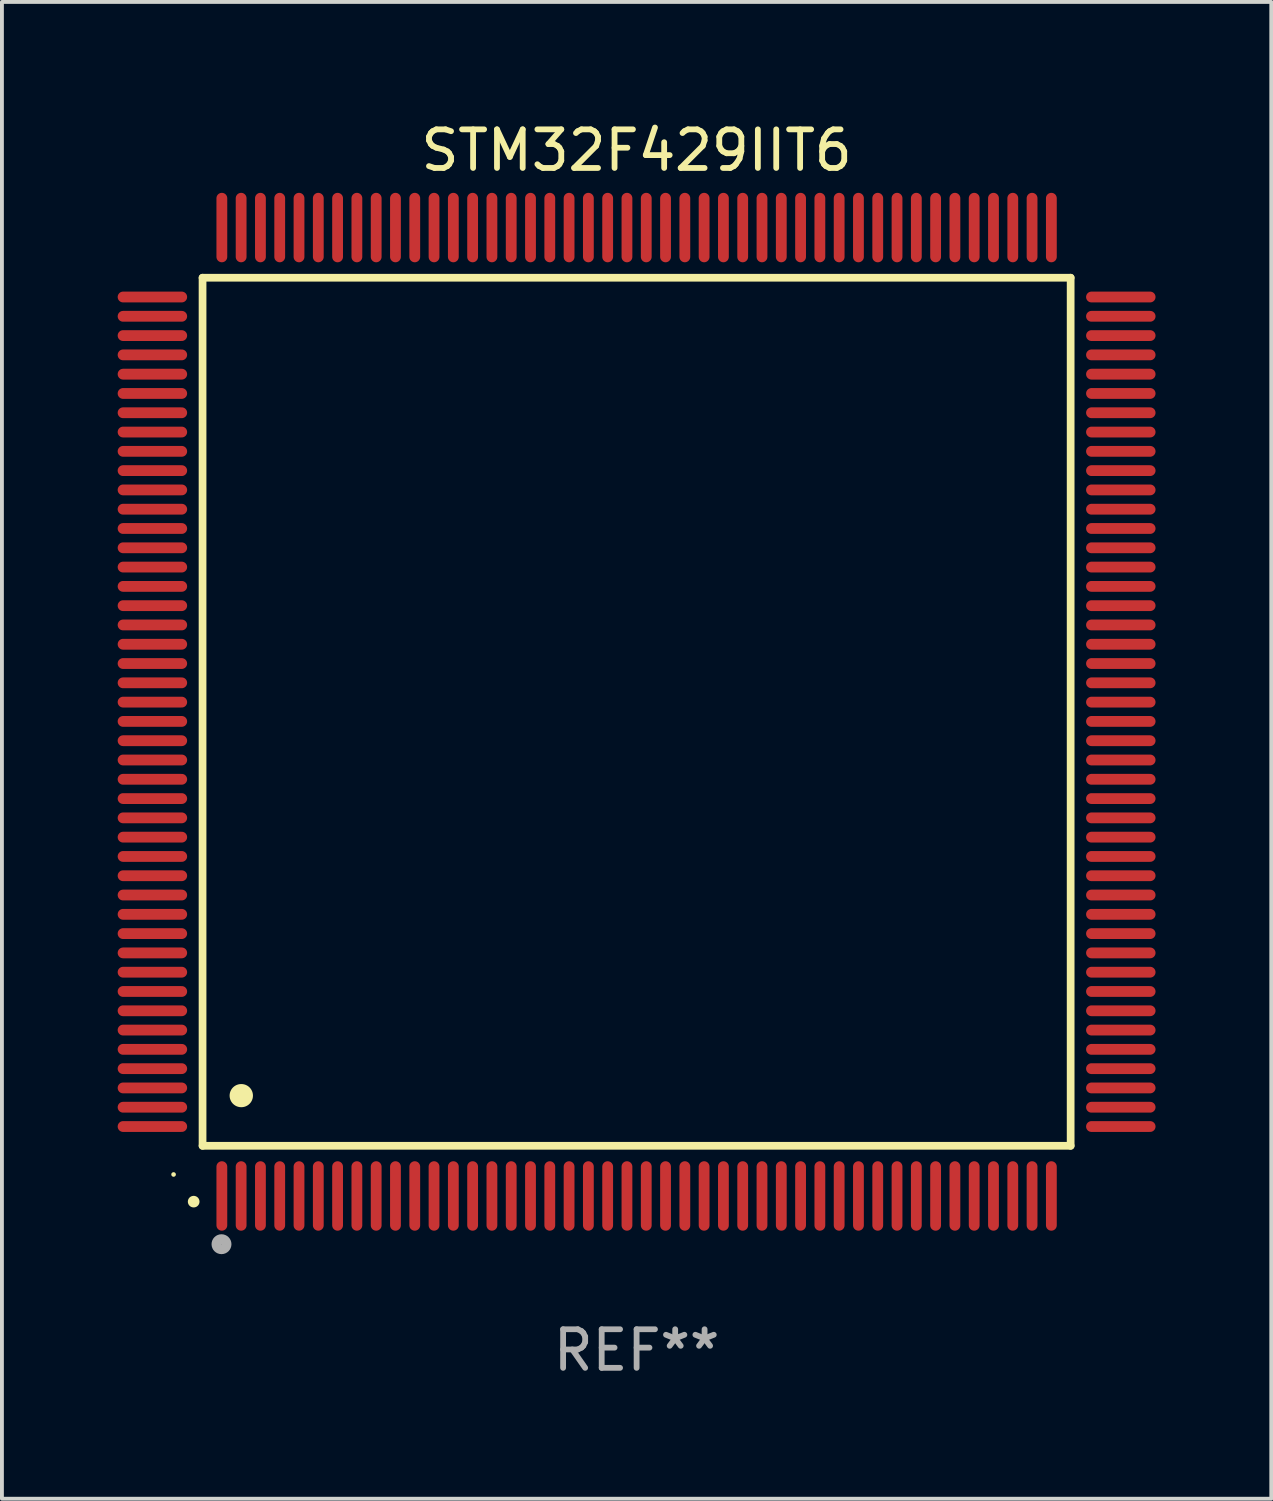
<source format=kicad_pcb>
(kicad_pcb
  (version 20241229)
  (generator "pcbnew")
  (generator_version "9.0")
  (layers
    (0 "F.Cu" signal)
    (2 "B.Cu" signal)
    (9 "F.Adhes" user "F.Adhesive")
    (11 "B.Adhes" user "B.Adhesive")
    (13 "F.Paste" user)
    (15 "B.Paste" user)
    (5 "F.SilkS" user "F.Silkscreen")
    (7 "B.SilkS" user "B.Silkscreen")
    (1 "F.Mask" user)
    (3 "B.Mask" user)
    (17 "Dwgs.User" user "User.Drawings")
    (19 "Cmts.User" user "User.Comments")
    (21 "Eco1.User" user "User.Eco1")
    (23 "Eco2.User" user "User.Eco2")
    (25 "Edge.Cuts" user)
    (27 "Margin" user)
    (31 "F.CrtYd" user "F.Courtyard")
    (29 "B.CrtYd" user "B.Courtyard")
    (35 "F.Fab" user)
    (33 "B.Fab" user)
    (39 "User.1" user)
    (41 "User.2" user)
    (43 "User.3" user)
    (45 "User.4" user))
  (footprint "STM32F429IIT6"
    (layer "F.Cu")
    (at 13.45 15.398)
    (property "Reference" "STM32F429IIT6" (at 0 -14.55 0) (layer "F.SilkS") (effects (font (size 1 1) (thickness 0.15))))
    (attr through_hole)
    (fp_line (start -11.25 -11.25) (end 11.25 -11.25) (stroke (width 0.2) (type solid)) (layer "F.SilkS"))
    (fp_line (start -11.25 11.25) (end -11.25 -11.25) (stroke (width 0.2) (type solid)) (layer "F.SilkS"))
    (fp_line (start 11.25 -11.25) (end 11.25 11.25) (stroke (width 0.2) (type solid)) (layer "F.SilkS"))
    (fp_line (start 11.25 11.25) (end -11.25 11.25) (stroke (width 0.2) (type solid)) (layer "F.SilkS"))
    (fp_arc (start -11.481382 12.697206) (mid -11.480112 12.697201) (end -11.478842 12.697206) (stroke (width 0.3) (type solid)) (layer "F.SilkS"))
    (fp_arc (start -10.24892 9.9492) (mid -10.24638 9.949189) (end -10.24384 9.9492) (stroke (width 0.6) (type solid)) (layer "F.SilkS"))
    (fp_circle (center -12.001 11.993) (end -11.971 11.993) (stroke (width 0.06) (type solid)) (fill no) (layer "F.SilkS"))
    (fp_circle (center -10.759 13.8) (end -10.628 13.8) (stroke (width 0.254) (type solid)) (fill no) (layer "F.Fab"))
    (fp_text user "REF**" (at 0 16.55 0) (layer "F.Fab") (effects (font (size 1 1) (thickness 0.15))))
    (pad "1" smd oval (at -10.75 12.55 180) (size 0.28 1.8) (layers "F.Cu" "F.Mask" "F.Paste"))
    (pad "2" smd oval (at -10.25 12.55 180) (size 0.28 1.8) (layers "F.Cu" "F.Mask" "F.Paste"))
    (pad "3" smd oval (at -9.75 12.55 180) (size 0.28 1.8) (layers "F.Cu" "F.Mask" "F.Paste"))
    (pad "4" smd oval (at -9.25 12.55 180) (size 0.28 1.8) (layers "F.Cu" "F.Mask" "F.Paste"))
    (pad "5" smd oval (at -8.75 12.55 180) (size 0.28 1.8) (layers "F.Cu" "F.Mask" "F.Paste"))
    (pad "6" smd oval (at -8.25 12.55 180) (size 0.28 1.8) (layers "F.Cu" "F.Mask" "F.Paste"))
    (pad "7" smd oval (at -7.75 12.55 180) (size 0.28 1.8) (layers "F.Cu" "F.Mask" "F.Paste"))
    (pad "8" smd oval (at -7.25 12.55 180) (size 0.28 1.8) (layers "F.Cu" "F.Mask" "F.Paste"))
    (pad "9" smd oval (at -6.75 12.55 180) (size 0.28 1.8) (layers "F.Cu" "F.Mask" "F.Paste"))
    (pad "10" smd oval (at -6.25 12.55 180) (size 0.28 1.8) (layers "F.Cu" "F.Mask" "F.Paste"))
    (pad "11" smd oval (at -5.75 12.55 180) (size 0.28 1.8) (layers "F.Cu" "F.Mask" "F.Paste"))
    (pad "12" smd oval (at -5.25 12.55 180) (size 0.28 1.8) (layers "F.Cu" "F.Mask" "F.Paste"))
    (pad "13" smd oval (at -4.75 12.55 180) (size 0.28 1.8) (layers "F.Cu" "F.Mask" "F.Paste"))
    (pad "14" smd oval (at -4.25 12.55 180) (size 0.28 1.8) (layers "F.Cu" "F.Mask" "F.Paste"))
    (pad "15" smd oval (at -3.75 12.55 180) (size 0.28 1.8) (layers "F.Cu" "F.Mask" "F.Paste"))
    (pad "16" smd oval (at -3.25 12.55 180) (size 0.28 1.8) (layers "F.Cu" "F.Mask" "F.Paste"))
    (pad "17" smd oval (at -2.75 12.55 180) (size 0.28 1.8) (layers "F.Cu" "F.Mask" "F.Paste"))
    (pad "18" smd oval (at -2.25 12.55 180) (size 0.28 1.8) (layers "F.Cu" "F.Mask" "F.Paste"))
    (pad "19" smd oval (at -1.75 12.55 180) (size 0.28 1.8) (layers "F.Cu" "F.Mask" "F.Paste"))
    (pad "20" smd oval (at -1.25 12.55 180) (size 0.28 1.8) (layers "F.Cu" "F.Mask" "F.Paste"))
    (pad "21" smd oval (at -0.75 12.55 180) (size 0.28 1.8) (layers "F.Cu" "F.Mask" "F.Paste"))
    (pad "22" smd oval (at -0.25 12.55 180) (size 0.28 1.8) (layers "F.Cu" "F.Mask" "F.Paste"))
    (pad "23" smd oval (at 0.25 12.55 180) (size 0.28 1.8) (layers "F.Cu" "F.Mask" "F.Paste"))
    (pad "24" smd oval (at 0.75 12.55 180) (size 0.28 1.8) (layers "F.Cu" "F.Mask" "F.Paste"))
    (pad "25" smd oval (at 1.25 12.55 180) (size 0.28 1.8) (layers "F.Cu" "F.Mask" "F.Paste"))
    (pad "26" smd oval (at 1.75 12.55 180) (size 0.28 1.8) (layers "F.Cu" "F.Mask" "F.Paste"))
    (pad "27" smd oval (at 2.25 12.55 180) (size 0.28 1.8) (layers "F.Cu" "F.Mask" "F.Paste"))
    (pad "28" smd oval (at 2.75 12.55 180) (size 0.28 1.8) (layers "F.Cu" "F.Mask" "F.Paste"))
    (pad "29" smd oval (at 3.25 12.55 180) (size 0.28 1.8) (layers "F.Cu" "F.Mask" "F.Paste"))
    (pad "30" smd oval (at 3.75 12.55 180) (size 0.28 1.8) (layers "F.Cu" "F.Mask" "F.Paste"))
    (pad "31" smd oval (at 4.25 12.55 180) (size 0.28 1.8) (layers "F.Cu" "F.Mask" "F.Paste"))
    (pad "32" smd oval (at 4.75 12.55 180) (size 0.28 1.8) (layers "F.Cu" "F.Mask" "F.Paste"))
    (pad "33" smd oval (at 5.25 12.55 180) (size 0.28 1.8) (layers "F.Cu" "F.Mask" "F.Paste"))
    (pad "34" smd oval (at 5.75 12.55 180) (size 0.28 1.8) (layers "F.Cu" "F.Mask" "F.Paste"))
    (pad "35" smd oval (at 6.25 12.55 180) (size 0.28 1.8) (layers "F.Cu" "F.Mask" "F.Paste"))
    (pad "36" smd oval (at 6.75 12.55 180) (size 0.28 1.8) (layers "F.Cu" "F.Mask" "F.Paste"))
    (pad "37" smd oval (at 7.25 12.55 180) (size 0.28 1.8) (layers "F.Cu" "F.Mask" "F.Paste"))
    (pad "38" smd oval (at 7.75 12.55 180) (size 0.28 1.8) (layers "F.Cu" "F.Mask" "F.Paste"))
    (pad "39" smd oval (at 8.25 12.55 180) (size 0.28 1.8) (layers "F.Cu" "F.Mask" "F.Paste"))
    (pad "40" smd oval (at 8.75 12.55 180) (size 0.28 1.8) (layers "F.Cu" "F.Mask" "F.Paste"))
    (pad "41" smd oval (at 9.25 12.55 180) (size 0.28 1.8) (layers "F.Cu" "F.Mask" "F.Paste"))
    (pad "42" smd oval (at 9.75 12.55 180) (size 0.28 1.8) (layers "F.Cu" "F.Mask" "F.Paste"))
    (pad "43" smd oval (at 10.25 12.55 180) (size 0.28 1.8) (layers "F.Cu" "F.Mask" "F.Paste"))
    (pad "44" smd oval (at 10.75 12.55 180) (size 0.28 1.8) (layers "F.Cu" "F.Mask" "F.Paste"))
    (pad "45" smd oval (at 12.55 10.75 90) (size 0.28 1.8) (layers "F.Cu" "F.Mask" "F.Paste"))
    (pad "46" smd oval (at 12.55 10.25 90) (size 0.28 1.8) (layers "F.Cu" "F.Mask" "F.Paste"))
    (pad "47" smd oval (at 12.55 9.75 90) (size 0.28 1.8) (layers "F.Cu" "F.Mask" "F.Paste"))
    (pad "48" smd oval (at 12.55 9.25 90) (size 0.28 1.8) (layers "F.Cu" "F.Mask" "F.Paste"))
    (pad "49" smd oval (at 12.55 8.75 90) (size 0.28 1.8) (layers "F.Cu" "F.Mask" "F.Paste"))
    (pad "50" smd oval (at 12.55 8.25 90) (size 0.28 1.8) (layers "F.Cu" "F.Mask" "F.Paste"))
    (pad "51" smd oval (at 12.55 7.75 90) (size 0.28 1.8) (layers "F.Cu" "F.Mask" "F.Paste"))
    (pad "52" smd oval (at 12.55 7.25 90) (size 0.28 1.8) (layers "F.Cu" "F.Mask" "F.Paste"))
    (pad "53" smd oval (at 12.55 6.75 90) (size 0.28 1.8) (layers "F.Cu" "F.Mask" "F.Paste"))
    (pad "54" smd oval (at 12.55 6.25 90) (size 0.28 1.8) (layers "F.Cu" "F.Mask" "F.Paste"))
    (pad "55" smd oval (at 12.55 5.75 90) (size 0.28 1.8) (layers "F.Cu" "F.Mask" "F.Paste"))
    (pad "56" smd oval (at 12.55 5.25 90) (size 0.28 1.8) (layers "F.Cu" "F.Mask" "F.Paste"))
    (pad "57" smd oval (at 12.55 4.75 90) (size 0.28 1.8) (layers "F.Cu" "F.Mask" "F.Paste"))
    (pad "58" smd oval (at 12.55 4.25 90) (size 0.28 1.8) (layers "F.Cu" "F.Mask" "F.Paste"))
    (pad "59" smd oval (at 12.55 3.75 90) (size 0.28 1.8) (layers "F.Cu" "F.Mask" "F.Paste"))
    (pad "60" smd oval (at 12.55 3.25 90) (size 0.28 1.8) (layers "F.Cu" "F.Mask" "F.Paste"))
    (pad "61" smd oval (at 12.55 2.75 90) (size 0.28 1.8) (layers "F.Cu" "F.Mask" "F.Paste"))
    (pad "62" smd oval (at 12.55 2.25 90) (size 0.28 1.8) (layers "F.Cu" "F.Mask" "F.Paste"))
    (pad "63" smd oval (at 12.55 1.75 90) (size 0.28 1.8) (layers "F.Cu" "F.Mask" "F.Paste"))
    (pad "64" smd oval (at 12.55 1.25 90) (size 0.28 1.8) (layers "F.Cu" "F.Mask" "F.Paste"))
    (pad "65" smd oval (at 12.55 0.75 90) (size 0.28 1.8) (layers "F.Cu" "F.Mask" "F.Paste"))
    (pad "66" smd oval (at 12.55 0.25 90) (size 0.28 1.8) (layers "F.Cu" "F.Mask" "F.Paste"))
    (pad "67" smd oval (at 12.55 -0.25 90) (size 0.28 1.8) (layers "F.Cu" "F.Mask" "F.Paste"))
    (pad "68" smd oval (at 12.55 -0.75 90) (size 0.28 1.8) (layers "F.Cu" "F.Mask" "F.Paste"))
    (pad "69" smd oval (at 12.55 -1.25 90) (size 0.28 1.8) (layers "F.Cu" "F.Mask" "F.Paste"))
    (pad "70" smd oval (at 12.55 -1.75 90) (size 0.28 1.8) (layers "F.Cu" "F.Mask" "F.Paste"))
    (pad "71" smd oval (at 12.55 -2.25 90) (size 0.28 1.8) (layers "F.Cu" "F.Mask" "F.Paste"))
    (pad "72" smd oval (at 12.55 -2.75 90) (size 0.28 1.8) (layers "F.Cu" "F.Mask" "F.Paste"))
    (pad "73" smd oval (at 12.55 -3.25 90) (size 0.28 1.8) (layers "F.Cu" "F.Mask" "F.Paste"))
    (pad "74" smd oval (at 12.55 -3.75 90) (size 0.28 1.8) (layers "F.Cu" "F.Mask" "F.Paste"))
    (pad "75" smd oval (at 12.55 -4.25 90) (size 0.28 1.8) (layers "F.Cu" "F.Mask" "F.Paste"))
    (pad "76" smd oval (at 12.55 -4.75 90) (size 0.28 1.8) (layers "F.Cu" "F.Mask" "F.Paste"))
    (pad "77" smd oval (at 12.55 -5.25 90) (size 0.28 1.8) (layers "F.Cu" "F.Mask" "F.Paste"))
    (pad "78" smd oval (at 12.55 -5.75 90) (size 0.28 1.8) (layers "F.Cu" "F.Mask" "F.Paste"))
    (pad "79" smd oval (at 12.55 -6.25 90) (size 0.28 1.8) (layers "F.Cu" "F.Mask" "F.Paste"))
    (pad "80" smd oval (at 12.55 -6.75 90) (size 0.28 1.8) (layers "F.Cu" "F.Mask" "F.Paste"))
    (pad "81" smd oval (at 12.55 -7.25 90) (size 0.28 1.8) (layers "F.Cu" "F.Mask" "F.Paste"))
    (pad "82" smd oval (at 12.55 -7.75 90) (size 0.28 1.8) (layers "F.Cu" "F.Mask" "F.Paste"))
    (pad "83" smd oval (at 12.55 -8.25 90) (size 0.28 1.8) (layers "F.Cu" "F.Mask" "F.Paste"))
    (pad "84" smd oval (at 12.55 -8.75 90) (size 0.28 1.8) (layers "F.Cu" "F.Mask" "F.Paste"))
    (pad "85" smd oval (at 12.55 -9.25 90) (size 0.28 1.8) (layers "F.Cu" "F.Mask" "F.Paste"))
    (pad "86" smd oval (at 12.55 -9.75 90) (size 0.28 1.8) (layers "F.Cu" "F.Mask" "F.Paste"))
    (pad "87" smd oval (at 12.55 -10.25 90) (size 0.28 1.8) (layers "F.Cu" "F.Mask" "F.Paste"))
    (pad "88" smd oval (at 12.55 -10.75 90) (size 0.28 1.8) (layers "F.Cu" "F.Mask" "F.Paste"))
    (pad "89" smd oval (at 10.75 -12.55 180) (size 0.28 1.8) (layers "F.Cu" "F.Mask" "F.Paste"))
    (pad "90" smd oval (at 10.25 -12.55 180) (size 0.28 1.8) (layers "F.Cu" "F.Mask" "F.Paste"))
    (pad "91" smd oval (at 9.75 -12.55 180) (size 0.28 1.8) (layers "F.Cu" "F.Mask" "F.Paste"))
    (pad "92" smd oval (at 9.25 -12.55 180) (size 0.28 1.8) (layers "F.Cu" "F.Mask" "F.Paste"))
    (pad "93" smd oval (at 8.75 -12.55 180) (size 0.28 1.8) (layers "F.Cu" "F.Mask" "F.Paste"))
    (pad "94" smd oval (at 8.25 -12.55 180) (size 0.28 1.8) (layers "F.Cu" "F.Mask" "F.Paste"))
    (pad "95" smd oval (at 7.75 -12.55 180) (size 0.28 1.8) (layers "F.Cu" "F.Mask" "F.Paste"))
    (pad "96" smd oval (at 7.25 -12.55 180) (size 0.28 1.8) (layers "F.Cu" "F.Mask" "F.Paste"))
    (pad "97" smd oval (at 6.75 -12.55 180) (size 0.28 1.8) (layers "F.Cu" "F.Mask" "F.Paste"))
    (pad "98" smd oval (at 6.25 -12.55 180) (size 0.28 1.8) (layers "F.Cu" "F.Mask" "F.Paste"))
    (pad "99" smd oval (at 5.75 -12.55 180) (size 0.28 1.8) (layers "F.Cu" "F.Mask" "F.Paste"))
    (pad "100" smd oval (at 5.25 -12.55 180) (size 0.28 1.8) (layers "F.Cu" "F.Mask" "F.Paste"))
    (pad "101" smd oval (at 4.75 -12.55 180) (size 0.28 1.8) (layers "F.Cu" "F.Mask" "F.Paste"))
    (pad "102" smd oval (at 4.25 -12.55 180) (size 0.28 1.8) (layers "F.Cu" "F.Mask" "F.Paste"))
    (pad "103" smd oval (at 3.75 -12.55 180) (size 0.28 1.8) (layers "F.Cu" "F.Mask" "F.Paste"))
    (pad "104" smd oval (at 3.25 -12.55 180) (size 0.28 1.8) (layers "F.Cu" "F.Mask" "F.Paste"))
    (pad "105" smd oval (at 2.75 -12.55 180) (size 0.28 1.8) (layers "F.Cu" "F.Mask" "F.Paste"))
    (pad "106" smd oval (at 2.25 -12.55 180) (size 0.28 1.8) (layers "F.Cu" "F.Mask" "F.Paste"))
    (pad "107" smd oval (at 1.75 -12.55 180) (size 0.28 1.8) (layers "F.Cu" "F.Mask" "F.Paste"))
    (pad "108" smd oval (at 1.25 -12.55 180) (size 0.28 1.8) (layers "F.Cu" "F.Mask" "F.Paste"))
    (pad "109" smd oval (at 0.75 -12.55 180) (size 0.28 1.8) (layers "F.Cu" "F.Mask" "F.Paste"))
    (pad "110" smd oval (at 0.25 -12.55 180) (size 0.28 1.8) (layers "F.Cu" "F.Mask" "F.Paste"))
    (pad "111" smd oval (at -0.25 -12.55 180) (size 0.28 1.8) (layers "F.Cu" "F.Mask" "F.Paste"))
    (pad "112" smd oval (at -0.75 -12.55 180) (size 0.28 1.8) (layers "F.Cu" "F.Mask" "F.Paste"))
    (pad "113" smd oval (at -1.25 -12.55 180) (size 0.28 1.8) (layers "F.Cu" "F.Mask" "F.Paste"))
    (pad "114" smd oval (at -1.75 -12.55 180) (size 0.28 1.8) (layers "F.Cu" "F.Mask" "F.Paste"))
    (pad "115" smd oval (at -2.25 -12.55 180) (size 0.28 1.8) (layers "F.Cu" "F.Mask" "F.Paste"))
    (pad "116" smd oval (at -2.75 -12.55 180) (size 0.28 1.8) (layers "F.Cu" "F.Mask" "F.Paste"))
    (pad "117" smd oval (at -3.25 -12.55 180) (size 0.28 1.8) (layers "F.Cu" "F.Mask" "F.Paste"))
    (pad "118" smd oval (at -3.75 -12.55 180) (size 0.28 1.8) (layers "F.Cu" "F.Mask" "F.Paste"))
    (pad "119" smd oval (at -4.25 -12.55 180) (size 0.28 1.8) (layers "F.Cu" "F.Mask" "F.Paste"))
    (pad "120" smd oval (at -4.75 -12.55 180) (size 0.28 1.8) (layers "F.Cu" "F.Mask" "F.Paste"))
    (pad "121" smd oval (at -5.25 -12.55 180) (size 0.28 1.8) (layers "F.Cu" "F.Mask" "F.Paste"))
    (pad "122" smd oval (at -5.75 -12.55 180) (size 0.28 1.8) (layers "F.Cu" "F.Mask" "F.Paste"))
    (pad "123" smd oval (at -6.25 -12.55 180) (size 0.28 1.8) (layers "F.Cu" "F.Mask" "F.Paste"))
    (pad "124" smd oval (at -6.75 -12.55 180) (size 0.28 1.8) (layers "F.Cu" "F.Mask" "F.Paste"))
    (pad "125" smd oval (at -7.25 -12.55 180) (size 0.28 1.8) (layers "F.Cu" "F.Mask" "F.Paste"))
    (pad "126" smd oval (at -7.75 -12.55 180) (size 0.28 1.8) (layers "F.Cu" "F.Mask" "F.Paste"))
    (pad "127" smd oval (at -8.25 -12.55 180) (size 0.28 1.8) (layers "F.Cu" "F.Mask" "F.Paste"))
    (pad "128" smd oval (at -8.75 -12.55 180) (size 0.28 1.8) (layers "F.Cu" "F.Mask" "F.Paste"))
    (pad "129" smd oval (at -9.25 -12.55 180) (size 0.28 1.8) (layers "F.Cu" "F.Mask" "F.Paste"))
    (pad "130" smd oval (at -9.75 -12.55 180) (size 0.28 1.8) (layers "F.Cu" "F.Mask" "F.Paste"))
    (pad "131" smd oval (at -10.25 -12.55 180) (size 0.28 1.8) (layers "F.Cu" "F.Mask" "F.Paste"))
    (pad "132" smd oval (at -10.75 -12.55 180) (size 0.28 1.8) (layers "F.Cu" "F.Mask" "F.Paste"))
    (pad "133" smd oval (at -12.55 -10.75 90) (size 0.28 1.8) (layers "F.Cu" "F.Mask" "F.Paste"))
    (pad "134" smd oval (at -12.55 -10.25 90) (size 0.28 1.8) (layers "F.Cu" "F.Mask" "F.Paste"))
    (pad "135" smd oval (at -12.55 -9.75 90) (size 0.28 1.8) (layers "F.Cu" "F.Mask" "F.Paste"))
    (pad "136" smd oval (at -12.55 -9.25 90) (size 0.28 1.8) (layers "F.Cu" "F.Mask" "F.Paste"))
    (pad "137" smd oval (at -12.55 -8.75 90) (size 0.28 1.8) (layers "F.Cu" "F.Mask" "F.Paste"))
    (pad "138" smd oval (at -12.55 -8.25 90) (size 0.28 1.8) (layers "F.Cu" "F.Mask" "F.Paste"))
    (pad "139" smd oval (at -12.55 -7.75 90) (size 0.28 1.8) (layers "F.Cu" "F.Mask" "F.Paste"))
    (pad "140" smd oval (at -12.55 -7.25 90) (size 0.28 1.8) (layers "F.Cu" "F.Mask" "F.Paste"))
    (pad "141" smd oval (at -12.55 -6.75 90) (size 0.28 1.8) (layers "F.Cu" "F.Mask" "F.Paste"))
    (pad "142" smd oval (at -12.55 -6.25 90) (size 0.28 1.8) (layers "F.Cu" "F.Mask" "F.Paste"))
    (pad "143" smd oval (at -12.55 -5.75 90) (size 0.28 1.8) (layers "F.Cu" "F.Mask" "F.Paste"))
    (pad "144" smd oval (at -12.55 -5.25 90) (size 0.28 1.8) (layers "F.Cu" "F.Mask" "F.Paste"))
    (pad "145" smd oval (at -12.55 -4.75 90) (size 0.28 1.8) (layers "F.Cu" "F.Mask" "F.Paste"))
    (pad "146" smd oval (at -12.55 -4.25 90) (size 0.28 1.8) (layers "F.Cu" "F.Mask" "F.Paste"))
    (pad "147" smd oval (at -12.55 -3.75 90) (size 0.28 1.8) (layers "F.Cu" "F.Mask" "F.Paste"))
    (pad "148" smd oval (at -12.55 -3.25 90) (size 0.28 1.8) (layers "F.Cu" "F.Mask" "F.Paste"))
    (pad "149" smd oval (at -12.55 -2.75 90) (size 0.28 1.8) (layers "F.Cu" "F.Mask" "F.Paste"))
    (pad "150" smd oval (at -12.55 -2.25 90) (size 0.28 1.8) (layers "F.Cu" "F.Mask" "F.Paste"))
    (pad "151" smd oval (at -12.55 -1.75 90) (size 0.28 1.8) (layers "F.Cu" "F.Mask" "F.Paste"))
    (pad "152" smd oval (at -12.55 -1.25 90) (size 0.28 1.8) (layers "F.Cu" "F.Mask" "F.Paste"))
    (pad "153" smd oval (at -12.55 -0.75 90) (size 0.28 1.8) (layers "F.Cu" "F.Mask" "F.Paste"))
    (pad "154" smd oval (at -12.55 -0.25 90) (size 0.28 1.8) (layers "F.Cu" "F.Mask" "F.Paste"))
    (pad "155" smd oval (at -12.55 0.25 90) (size 0.28 1.8) (layers "F.Cu" "F.Mask" "F.Paste"))
    (pad "156" smd oval (at -12.55 0.75 90) (size 0.28 1.8) (layers "F.Cu" "F.Mask" "F.Paste"))
    (pad "157" smd oval (at -12.55 1.25 90) (size 0.28 1.8) (layers "F.Cu" "F.Mask" "F.Paste"))
    (pad "158" smd oval (at -12.55 1.75 90) (size 0.28 1.8) (layers "F.Cu" "F.Mask" "F.Paste"))
    (pad "159" smd oval (at -12.55 2.25 90) (size 0.28 1.8) (layers "F.Cu" "F.Mask" "F.Paste"))
    (pad "160" smd oval (at -12.55 2.75 90) (size 0.28 1.8) (layers "F.Cu" "F.Mask" "F.Paste"))
    (pad "161" smd oval (at -12.55 3.25 90) (size 0.28 1.8) (layers "F.Cu" "F.Mask" "F.Paste"))
    (pad "162" smd oval (at -12.55 3.75 90) (size 0.28 1.8) (layers "F.Cu" "F.Mask" "F.Paste"))
    (pad "163" smd oval (at -12.55 4.25 90) (size 0.28 1.8) (layers "F.Cu" "F.Mask" "F.Paste"))
    (pad "164" smd oval (at -12.55 4.75 90) (size 0.28 1.8) (layers "F.Cu" "F.Mask" "F.Paste"))
    (pad "165" smd oval (at -12.55 5.25 90) (size 0.28 1.8) (layers "F.Cu" "F.Mask" "F.Paste"))
    (pad "166" smd oval (at -12.55 5.75 90) (size 0.28 1.8) (layers "F.Cu" "F.Mask" "F.Paste"))
    (pad "167" smd oval (at -12.55 6.25 90) (size 0.28 1.8) (layers "F.Cu" "F.Mask" "F.Paste"))
    (pad "168" smd oval (at -12.55 6.75 90) (size 0.28 1.8) (layers "F.Cu" "F.Mask" "F.Paste"))
    (pad "169" smd oval (at -12.55 7.25 90) (size 0.28 1.8) (layers "F.Cu" "F.Mask" "F.Paste"))
    (pad "170" smd oval (at -12.55 7.75 90) (size 0.28 1.8) (layers "F.Cu" "F.Mask" "F.Paste"))
    (pad "171" smd oval (at -12.55 8.25 90) (size 0.28 1.8) (layers "F.Cu" "F.Mask" "F.Paste"))
    (pad "172" smd oval (at -12.55 8.75 90) (size 0.28 1.8) (layers "F.Cu" "F.Mask" "F.Paste"))
    (pad "173" smd oval (at -12.55 9.25 90) (size 0.28 1.8) (layers "F.Cu" "F.Mask" "F.Paste"))
    (pad "174" smd oval (at -12.55 9.75 90) (size 0.28 1.8) (layers "F.Cu" "F.Mask" "F.Paste"))
    (pad "175" smd oval (at -12.55 10.25 90) (size 0.28 1.8) (layers "F.Cu" "F.Mask" "F.Paste"))
    (pad "176" smd oval (at -12.55 10.75 90) (size 0.28 1.8) (layers "F.Cu" "F.Mask" "F.Paste")))
  (gr_rect
    (start -3 -3)
    (end 29.9 35.796)
    (stroke (width 0.1) (type default))
    (fill no)
    (layer "Edge.Cuts")))
</source>
